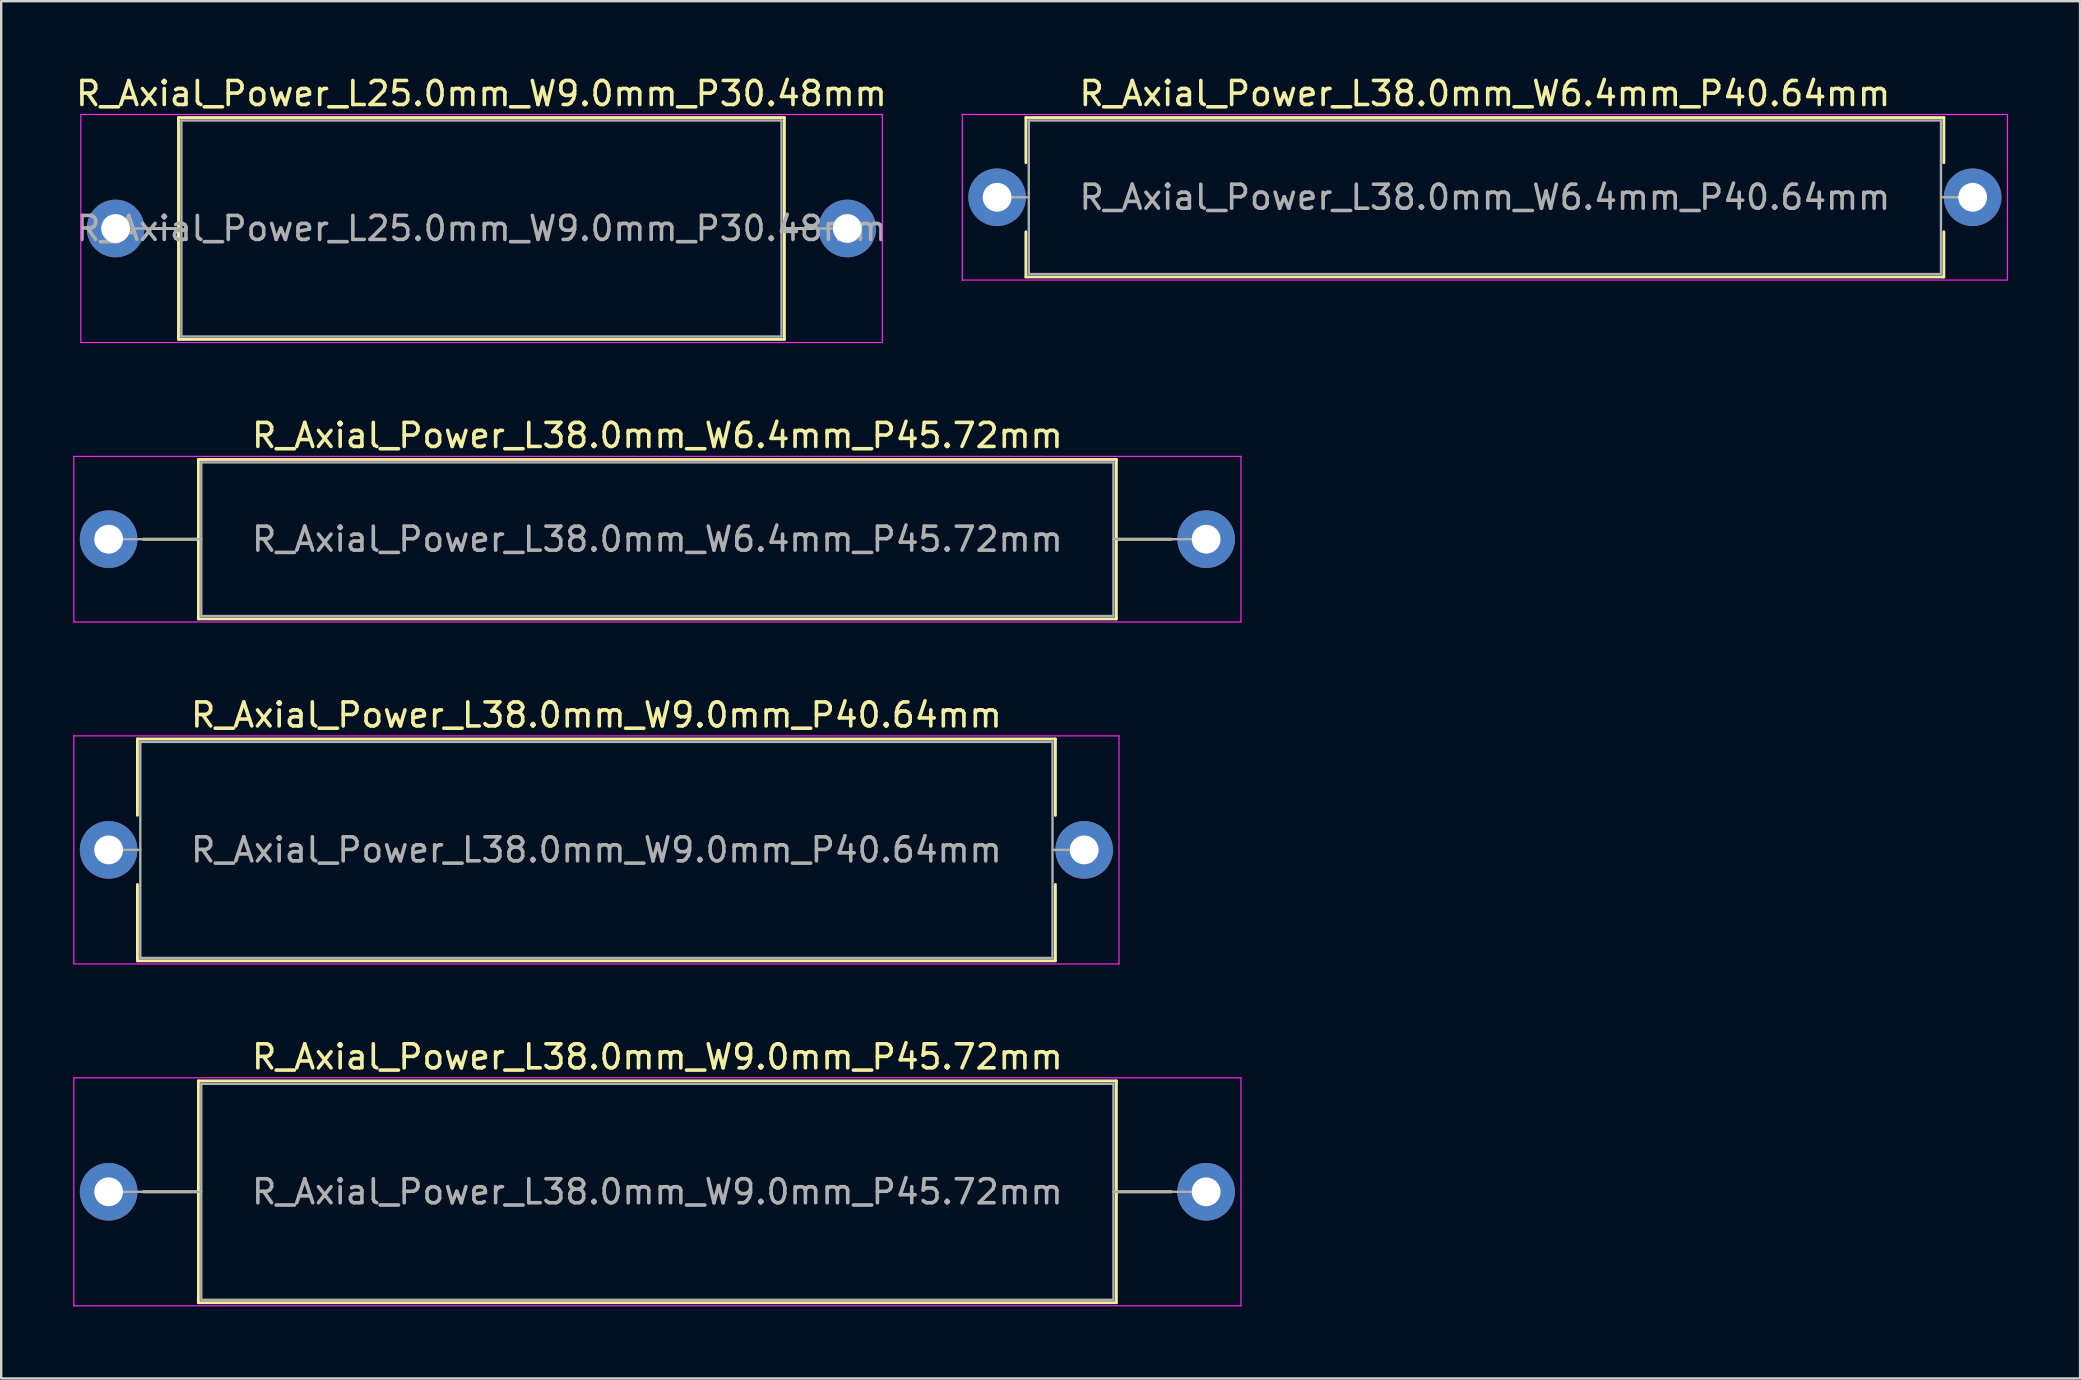
<source format=kicad_pcb>
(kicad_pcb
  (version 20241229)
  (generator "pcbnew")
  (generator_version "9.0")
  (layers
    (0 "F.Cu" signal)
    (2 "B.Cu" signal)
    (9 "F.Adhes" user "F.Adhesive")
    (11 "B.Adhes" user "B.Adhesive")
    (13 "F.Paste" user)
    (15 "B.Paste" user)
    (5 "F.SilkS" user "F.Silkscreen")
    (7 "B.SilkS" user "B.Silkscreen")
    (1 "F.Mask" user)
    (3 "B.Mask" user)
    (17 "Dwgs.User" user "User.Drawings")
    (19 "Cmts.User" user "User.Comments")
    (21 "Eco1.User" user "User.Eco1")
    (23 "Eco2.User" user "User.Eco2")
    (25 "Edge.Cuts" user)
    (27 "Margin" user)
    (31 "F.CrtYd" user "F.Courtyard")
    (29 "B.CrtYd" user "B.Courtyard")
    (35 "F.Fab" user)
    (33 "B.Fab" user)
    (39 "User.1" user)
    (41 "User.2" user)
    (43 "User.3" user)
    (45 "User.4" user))
  (footprint "R_Axial_Power_L38.0mm_W9.0mm_P40.64mm"
    (layer "F.Cu")
    (at 1.475 32.355)
    (property "Reference" "R_Axial_Power_L38.0mm_W9.0mm_P40.64mm" (at 20.32 -5.62 0) (layer "F.SilkS") (effects (font (size 1 1) (thickness 0.15))))
    (attr through_hole)
    (fp_line (start 1.2 -4.62) (end 39.44 -4.62) (stroke (width 0.12) (type solid)) (layer "F.SilkS"))
    (fp_line (start 1.2 -1.44) (end 1.2 -4.62) (stroke (width 0.12) (type solid)) (layer "F.SilkS"))
    (fp_line (start 1.2 1.44) (end 1.2 4.62) (stroke (width 0.12) (type solid)) (layer "F.SilkS"))
    (fp_line (start 1.2 4.62) (end 39.44 4.62) (stroke (width 0.12) (type solid)) (layer "F.SilkS"))
    (fp_line (start 39.44 -4.62) (end 39.44 -1.44) (stroke (width 0.12) (type solid)) (layer "F.SilkS"))
    (fp_line (start 39.44 4.62) (end 39.44 1.44) (stroke (width 0.12) (type solid)) (layer "F.SilkS"))
    (fp_line (start -1.45 -4.75) (end -1.45 4.75) (stroke (width 0.05) (type solid)) (layer "F.CrtYd"))
    (fp_line (start -1.45 4.75) (end 42.09 4.75) (stroke (width 0.05) (type solid)) (layer "F.CrtYd"))
    (fp_line (start 42.09 -4.75) (end -1.45 -4.75) (stroke (width 0.05) (type solid)) (layer "F.CrtYd"))
    (fp_line (start 42.09 4.75) (end 42.09 -4.75) (stroke (width 0.05) (type solid)) (layer "F.CrtYd"))
    (fp_line (start 0 0) (end 1.32 0) (stroke (width 0.1) (type solid)) (layer "F.Fab"))
    (fp_line (start 1.32 -4.5) (end 1.32 4.5) (stroke (width 0.1) (type solid)) (layer "F.Fab"))
    (fp_line (start 1.32 4.5) (end 39.32 4.5) (stroke (width 0.1) (type solid)) (layer "F.Fab"))
    (fp_line (start 39.32 -4.5) (end 1.32 -4.5) (stroke (width 0.1) (type solid)) (layer "F.Fab"))
    (fp_line (start 39.32 4.5) (end 39.32 -4.5) (stroke (width 0.1) (type solid)) (layer "F.Fab"))
    (fp_line (start 40.64 0) (end 39.32 0) (stroke (width 0.1) (type solid)) (layer "F.Fab"))
    (fp_text user "${REFERENCE}" (at 20.32 0 0) (layer "F.Fab") (effects (font (size 1 1) (thickness 0.15))))
    (pad "1" thru_hole circle (at 0 0) (size 2.4 2.4) (drill 1.2) (layers "*.Cu" "*.Mask"))
    (pad "2" thru_hole oval (at 40.64 0) (size 2.4 2.4) (drill 1.2) (layers "*.Cu" "*.Mask")))
  (footprint "R_Axial_Power_L38.0mm_W6.4mm_P40.64mm"
    (layer "F.Cu")
    (at 38.487 5.168)
    (property "Reference" "R_Axial_Power_L38.0mm_W6.4mm_P40.64mm" (at 20.32 -4.32 0) (layer "F.SilkS") (effects (font (size 1 1) (thickness 0.15))))
    (attr through_hole)
    (fp_line (start 1.2 -3.32) (end 39.44 -3.32) (stroke (width 0.12) (type solid)) (layer "F.SilkS"))
    (fp_line (start 1.2 -1.44) (end 1.2 -3.32) (stroke (width 0.12) (type solid)) (layer "F.SilkS"))
    (fp_line (start 1.2 1.44) (end 1.2 3.32) (stroke (width 0.12) (type solid)) (layer "F.SilkS"))
    (fp_line (start 1.2 3.32) (end 39.44 3.32) (stroke (width 0.12) (type solid)) (layer "F.SilkS"))
    (fp_line (start 39.44 -3.32) (end 39.44 -1.44) (stroke (width 0.12) (type solid)) (layer "F.SilkS"))
    (fp_line (start 39.44 3.32) (end 39.44 1.44) (stroke (width 0.12) (type solid)) (layer "F.SilkS"))
    (fp_line (start -1.45 -3.45) (end -1.45 3.45) (stroke (width 0.05) (type solid)) (layer "F.CrtYd"))
    (fp_line (start -1.45 3.45) (end 42.09 3.45) (stroke (width 0.05) (type solid)) (layer "F.CrtYd"))
    (fp_line (start 42.09 -3.45) (end -1.45 -3.45) (stroke (width 0.05) (type solid)) (layer "F.CrtYd"))
    (fp_line (start 42.09 3.45) (end 42.09 -3.45) (stroke (width 0.05) (type solid)) (layer "F.CrtYd"))
    (fp_line (start 0 0) (end 1.32 0) (stroke (width 0.1) (type solid)) (layer "F.Fab"))
    (fp_line (start 1.32 -3.2) (end 1.32 3.2) (stroke (width 0.1) (type solid)) (layer "F.Fab"))
    (fp_line (start 1.32 3.2) (end 39.32 3.2) (stroke (width 0.1) (type solid)) (layer "F.Fab"))
    (fp_line (start 39.32 -3.2) (end 1.32 -3.2) (stroke (width 0.1) (type solid)) (layer "F.Fab"))
    (fp_line (start 39.32 3.2) (end 39.32 -3.2) (stroke (width 0.1) (type solid)) (layer "F.Fab"))
    (fp_line (start 40.64 0) (end 39.32 0) (stroke (width 0.1) (type solid)) (layer "F.Fab"))
    (fp_text user "${REFERENCE}" (at 20.32 0 0) (layer "F.Fab") (effects (font (size 1 1) (thickness 0.15))))
    (pad "1" thru_hole circle (at 0 0) (size 2.4 2.4) (drill 1.2) (layers "*.Cu" "*.Mask"))
    (pad "2" thru_hole oval (at 40.64 0) (size 2.4 2.4) (drill 1.2) (layers "*.Cu" "*.Mask")))
  (footprint "R_Axial_Power_L25.0mm_W9.0mm_P30.48mm"
    (layer "F.Cu")
    (at 1.766 6.468)
    (property "Reference" "R_Axial_Power_L25.0mm_W9.0mm_P30.48mm" (at 15.24 -5.62 0) (layer "F.SilkS") (effects (font (size 1 1) (thickness 0.15))))
    (attr through_hole)
    (fp_line (start 1.44 0) (end 2.62 0) (stroke (width 0.12) (type solid)) (layer "F.SilkS"))
    (fp_line (start 2.62 -4.62) (end 2.62 4.62) (stroke (width 0.12) (type solid)) (layer "F.SilkS"))
    (fp_line (start 2.62 4.62) (end 27.86 4.62) (stroke (width 0.12) (type solid)) (layer "F.SilkS"))
    (fp_line (start 27.86 -4.62) (end 2.62 -4.62) (stroke (width 0.12) (type solid)) (layer "F.SilkS"))
    (fp_line (start 27.86 4.62) (end 27.86 -4.62) (stroke (width 0.12) (type solid)) (layer "F.SilkS"))
    (fp_line (start 29.04 0) (end 27.86 0) (stroke (width 0.12) (type solid)) (layer "F.SilkS"))
    (fp_line (start -1.45 -4.75) (end -1.45 4.75) (stroke (width 0.05) (type solid)) (layer "F.CrtYd"))
    (fp_line (start -1.45 4.75) (end 31.94 4.75) (stroke (width 0.05) (type solid)) (layer "F.CrtYd"))
    (fp_line (start 31.94 -4.75) (end -1.45 -4.75) (stroke (width 0.05) (type solid)) (layer "F.CrtYd"))
    (fp_line (start 31.94 4.75) (end 31.94 -4.75) (stroke (width 0.05) (type solid)) (layer "F.CrtYd"))
    (fp_line (start 0 0) (end 2.74 0) (stroke (width 0.1) (type solid)) (layer "F.Fab"))
    (fp_line (start 2.74 -4.5) (end 2.74 4.5) (stroke (width 0.1) (type solid)) (layer "F.Fab"))
    (fp_line (start 2.74 4.5) (end 27.74 4.5) (stroke (width 0.1) (type solid)) (layer "F.Fab"))
    (fp_line (start 27.74 -4.5) (end 2.74 -4.5) (stroke (width 0.1) (type solid)) (layer "F.Fab"))
    (fp_line (start 27.74 4.5) (end 27.74 -4.5) (stroke (width 0.1) (type solid)) (layer "F.Fab"))
    (fp_line (start 30.48 0) (end 27.74 0) (stroke (width 0.1) (type solid)) (layer "F.Fab"))
    (fp_text user "${REFERENCE}" (at 15.24 0 0) (layer "F.Fab") (effects (font (size 1 1) (thickness 0.15))))
    (pad "1" thru_hole circle (at 0 0) (size 2.4 2.4) (drill 1.2) (layers "*.Cu" "*.Mask"))
    (pad "2" thru_hole oval (at 30.48 0) (size 2.4 2.4) (drill 1.2) (layers "*.Cu" "*.Mask")))
  (footprint "R_Axial_Power_L38.0mm_W6.4mm_P45.72mm"
    (layer "F.Cu")
    (at 1.475 19.412)
    (property "Reference" "R_Axial_Power_L38.0mm_W6.4mm_P45.72mm" (at 22.86 -4.32 0) (layer "F.SilkS") (effects (font (size 1 1) (thickness 0.15))))
    (attr through_hole)
    (fp_line (start 1.44 0) (end 3.74 0) (stroke (width 0.12) (type solid)) (layer "F.SilkS"))
    (fp_line (start 3.74 -3.32) (end 3.74 3.32) (stroke (width 0.12) (type solid)) (layer "F.SilkS"))
    (fp_line (start 3.74 3.32) (end 41.98 3.32) (stroke (width 0.12) (type solid)) (layer "F.SilkS"))
    (fp_line (start 41.98 -3.32) (end 3.74 -3.32) (stroke (width 0.12) (type solid)) (layer "F.SilkS"))
    (fp_line (start 41.98 3.32) (end 41.98 -3.32) (stroke (width 0.12) (type solid)) (layer "F.SilkS"))
    (fp_line (start 44.28 0) (end 41.98 0) (stroke (width 0.12) (type solid)) (layer "F.SilkS"))
    (fp_line (start -1.45 -3.45) (end -1.45 3.45) (stroke (width 0.05) (type solid)) (layer "F.CrtYd"))
    (fp_line (start -1.45 3.45) (end 47.17 3.45) (stroke (width 0.05) (type solid)) (layer "F.CrtYd"))
    (fp_line (start 47.17 -3.45) (end -1.45 -3.45) (stroke (width 0.05) (type solid)) (layer "F.CrtYd"))
    (fp_line (start 47.17 3.45) (end 47.17 -3.45) (stroke (width 0.05) (type solid)) (layer "F.CrtYd"))
    (fp_line (start 0 0) (end 3.86 0) (stroke (width 0.1) (type solid)) (layer "F.Fab"))
    (fp_line (start 3.86 -3.2) (end 3.86 3.2) (stroke (width 0.1) (type solid)) (layer "F.Fab"))
    (fp_line (start 3.86 3.2) (end 41.86 3.2) (stroke (width 0.1) (type solid)) (layer "F.Fab"))
    (fp_line (start 41.86 -3.2) (end 3.86 -3.2) (stroke (width 0.1) (type solid)) (layer "F.Fab"))
    (fp_line (start 41.86 3.2) (end 41.86 -3.2) (stroke (width 0.1) (type solid)) (layer "F.Fab"))
    (fp_line (start 45.72 0) (end 41.86 0) (stroke (width 0.1) (type solid)) (layer "F.Fab"))
    (fp_text user "${REFERENCE}" (at 22.86 0 0) (layer "F.Fab") (effects (font (size 1 1) (thickness 0.15))))
    (pad "1" thru_hole circle (at 0 0) (size 2.4 2.4) (drill 1.2) (layers "*.Cu" "*.Mask"))
    (pad "2" thru_hole oval (at 45.72 0) (size 2.4 2.4) (drill 1.2) (layers "*.Cu" "*.Mask")))
  (footprint "R_Axial_Power_L38.0mm_W9.0mm_P45.72mm"
    (layer "F.Cu")
    (at 1.475 46.598)
    (property "Reference" "R_Axial_Power_L38.0mm_W9.0mm_P45.72mm" (at 22.86 -5.62 0) (layer "F.SilkS") (effects (font (size 1 1) (thickness 0.15))))
    (attr through_hole)
    (fp_line (start 1.44 0) (end 3.74 0) (stroke (width 0.12) (type solid)) (layer "F.SilkS"))
    (fp_line (start 3.74 -4.62) (end 3.74 4.62) (stroke (width 0.12) (type solid)) (layer "F.SilkS"))
    (fp_line (start 3.74 4.62) (end 41.98 4.62) (stroke (width 0.12) (type solid)) (layer "F.SilkS"))
    (fp_line (start 41.98 -4.62) (end 3.74 -4.62) (stroke (width 0.12) (type solid)) (layer "F.SilkS"))
    (fp_line (start 41.98 4.62) (end 41.98 -4.62) (stroke (width 0.12) (type solid)) (layer "F.SilkS"))
    (fp_line (start 44.28 0) (end 41.98 0) (stroke (width 0.12) (type solid)) (layer "F.SilkS"))
    (fp_line (start -1.45 -4.75) (end -1.45 4.75) (stroke (width 0.05) (type solid)) (layer "F.CrtYd"))
    (fp_line (start -1.45 4.75) (end 47.17 4.75) (stroke (width 0.05) (type solid)) (layer "F.CrtYd"))
    (fp_line (start 47.17 -4.75) (end -1.45 -4.75) (stroke (width 0.05) (type solid)) (layer "F.CrtYd"))
    (fp_line (start 47.17 4.75) (end 47.17 -4.75) (stroke (width 0.05) (type solid)) (layer "F.CrtYd"))
    (fp_line (start 0 0) (end 3.86 0) (stroke (width 0.1) (type solid)) (layer "F.Fab"))
    (fp_line (start 3.86 -4.5) (end 3.86 4.5) (stroke (width 0.1) (type solid)) (layer "F.Fab"))
    (fp_line (start 3.86 4.5) (end 41.86 4.5) (stroke (width 0.1) (type solid)) (layer "F.Fab"))
    (fp_line (start 41.86 -4.5) (end 3.86 -4.5) (stroke (width 0.1) (type solid)) (layer "F.Fab"))
    (fp_line (start 41.86 4.5) (end 41.86 -4.5) (stroke (width 0.1) (type solid)) (layer "F.Fab"))
    (fp_line (start 45.72 0) (end 41.86 0) (stroke (width 0.1) (type solid)) (layer "F.Fab"))
    (fp_text user "${REFERENCE}" (at 22.86 0 0) (layer "F.Fab") (effects (font (size 1 1) (thickness 0.15))))
    (pad "1" thru_hole circle (at 0 0) (size 2.4 2.4) (drill 1.2) (layers "*.Cu" "*.Mask"))
    (pad "2" thru_hole oval (at 45.72 0) (size 2.4 2.4) (drill 1.2) (layers "*.Cu" "*.Mask")))
  (gr_rect
    (start -3 -3)
    (end 83.602 54.373)
    (stroke (width 0.1) (type default))
    (fill no)
    (layer "Edge.Cuts")))
</source>
